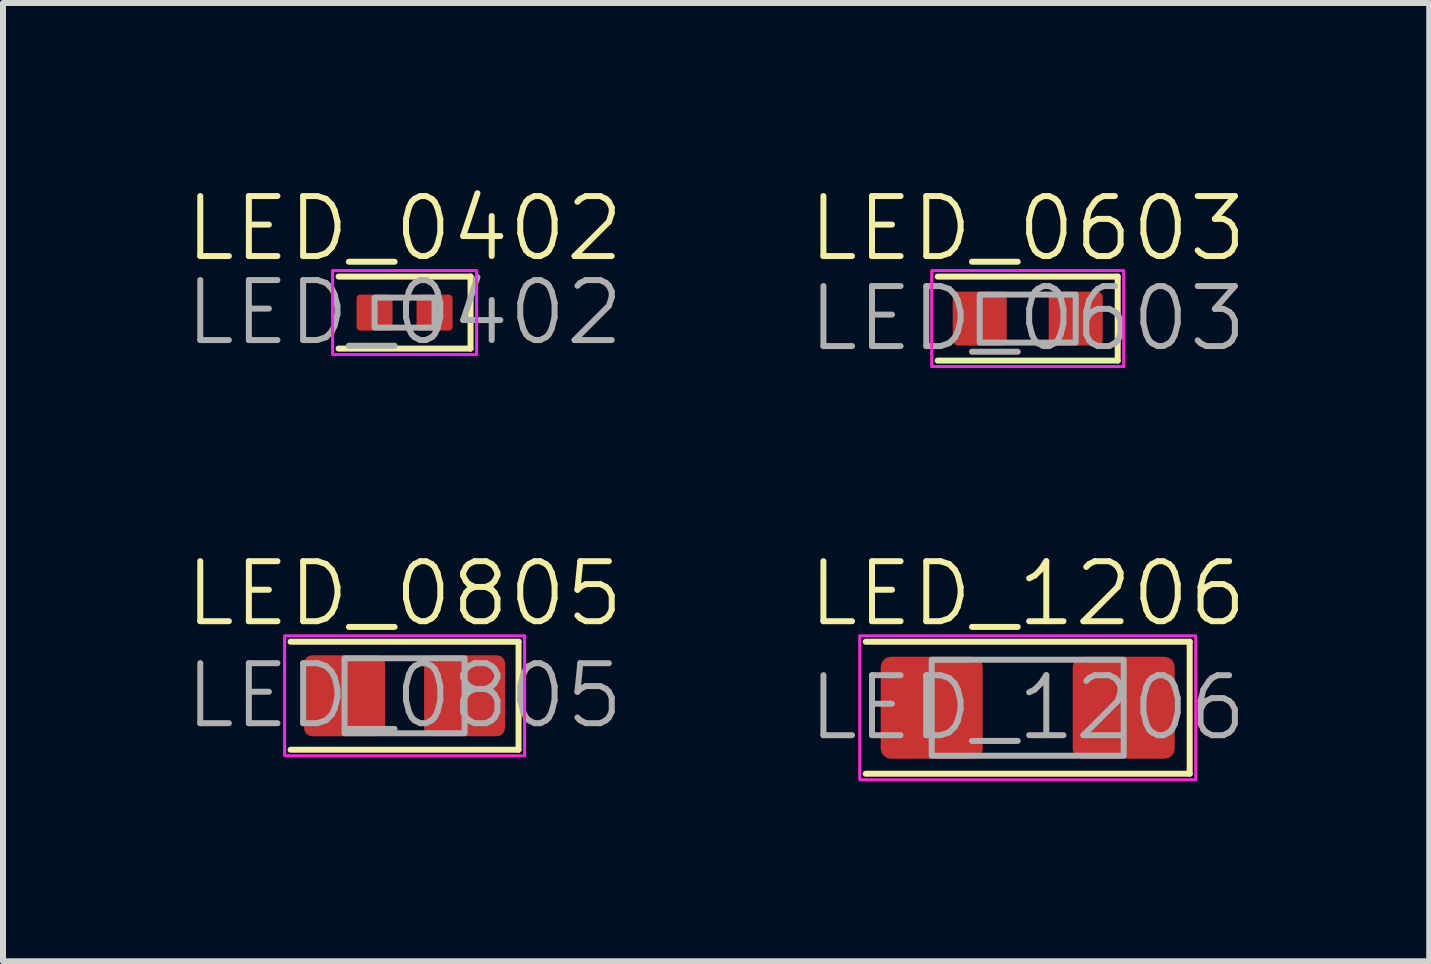
<source format=kicad_pcb>
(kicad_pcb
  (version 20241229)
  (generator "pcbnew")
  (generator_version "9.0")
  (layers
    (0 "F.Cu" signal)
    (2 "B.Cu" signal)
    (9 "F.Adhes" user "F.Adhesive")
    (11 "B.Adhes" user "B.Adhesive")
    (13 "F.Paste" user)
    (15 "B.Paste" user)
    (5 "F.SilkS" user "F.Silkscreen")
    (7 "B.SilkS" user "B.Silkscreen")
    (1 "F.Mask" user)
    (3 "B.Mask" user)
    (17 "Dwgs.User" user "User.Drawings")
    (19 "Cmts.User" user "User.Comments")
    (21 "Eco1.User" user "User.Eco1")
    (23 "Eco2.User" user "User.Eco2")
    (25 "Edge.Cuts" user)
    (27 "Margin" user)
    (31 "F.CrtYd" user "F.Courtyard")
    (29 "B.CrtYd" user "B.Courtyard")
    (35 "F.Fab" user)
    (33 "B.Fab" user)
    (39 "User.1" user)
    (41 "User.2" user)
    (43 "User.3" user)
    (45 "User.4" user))
  (footprint "LED_0603"
    (layer "F.Cu")
    (at 14.079 2.26)
    (property "Reference" "LED_0603" (at 0 -1.5 0) (unlocked yes) (layer "F.SilkS") (effects (font (size 1 1) (thickness 0.1))))
    (attr smd)
    (fp_line (start -1.5 -0.7) (end 1.5 -0.7) (stroke (width 0.1) (type default)) (layer "F.SilkS"))
    (fp_line (start 1.5 -0.7) (end 1.5 0.7) (stroke (width 0.1) (type default)) (layer "F.SilkS"))
    (fp_line (start 1.5 0.7) (end -1.5 0.7) (stroke (width 0.1) (type default)) (layer "F.SilkS"))
    (fp_rect (start -1.6 -0.8) (end 1.6 0.8) (stroke (width 0.05) (type default)) (fill no) (layer "F.CrtYd"))
    (fp_rect (start -0.8 -0.4) (end 0.8 0.4) (stroke (width 0.1) (type default)) (fill no) (layer "F.Fab"))
    (fp_text user "${REFERENCE}" (at 0 0 0) (unlocked yes) (layer "F.Fab") (effects (font (size 1 1) (thickness 0.1))))
    (pad "1" smd roundrect (at -0.8 0) (size 0.9 0.9) (layers "F.Cu" "F.Mask" "F.Paste") (roundrect_rratio 0.1))
    (pad "2" smd roundrect (at 0.8 0) (size 0.9 0.9) (layers "F.Cu" "F.Mask" "F.Paste") (roundrect_rratio 0.1)))
  (footprint "LED_0402"
    (layer "F.Cu")
    (at 3.693 2.16)
    (property "Reference" "LED_0402" (at 0 -1.4 0) (unlocked yes) (layer "F.SilkS") (effects (font (size 1 1) (thickness 0.1))))
    (attr smd)
    (fp_line (start -1.1 -0.6) (end 1.1 -0.6) (stroke (width 0.1) (type default)) (layer "F.SilkS"))
    (fp_line (start 1.1 -0.6) (end 1.1 0.6) (stroke (width 0.1) (type default)) (layer "F.SilkS"))
    (fp_line (start 1.1 0.6) (end -1.1 0.6) (stroke (width 0.1) (type default)) (layer "F.SilkS"))
    (fp_rect (start -1.2 -0.7) (end 1.2 0.7) (stroke (width 0.05) (type default)) (fill no) (layer "F.CrtYd"))
    (fp_rect (start -0.5 -0.25) (end 0.5 0.25) (stroke (width 0.1) (type default)) (fill no) (layer "F.Fab"))
    (fp_text user "${REFERENCE}" (at 0 0 0) (unlocked yes) (layer "F.Fab") (effects (font (size 1 1) (thickness 0.1))))
    (pad "1" smd roundrect (at -0.5 0) (size 0.6 0.6) (layers "F.Cu" "F.Mask" "F.Paste") (roundrect_rratio 0.1))
    (pad "2" smd roundrect (at 0.5 0) (size 0.6 0.6) (layers "F.Cu" "F.Mask" "F.Paste") (roundrect_rratio 0.1)))
  (footprint "LED_0805"
    (layer "F.Cu")
    (at 3.693 8.546)
    (property "Reference" "LED_0805" (at 0 -1.7 0) (unlocked yes) (layer "F.SilkS") (effects (font (size 1 1) (thickness 0.1))))
    (attr smd)
    (fp_line (start -1.9 -0.9) (end 1.9 -0.9) (stroke (width 0.1) (type default)) (layer "F.SilkS"))
    (fp_line (start 1.9 -0.9) (end 1.9 0.9) (stroke (width 0.1) (type default)) (layer "F.SilkS"))
    (fp_line (start 1.9 0.9) (end -1.9 0.9) (stroke (width 0.1) (type default)) (layer "F.SilkS"))
    (fp_rect (start -2 -1) (end 2 1) (stroke (width 0.05) (type default)) (fill no) (layer "F.CrtYd"))
    (fp_rect (start -1 -0.625) (end 1 0.625) (stroke (width 0.1) (type default)) (fill no) (layer "F.Fab"))
    (fp_text user "${REFERENCE}" (at 0 0 0) (unlocked yes) (layer "F.Fab") (effects (font (size 1 1) (thickness 0.1))))
    (pad "1" smd roundrect (at -1 0) (size 1.35 1.35) (layers "F.Cu" "F.Mask" "F.Paste") (roundrect_rratio 0.1))
    (pad "2" smd roundrect (at 1 0) (size 1.35 1.35) (layers "F.Cu" "F.Mask" "F.Paste") (roundrect_rratio 0.1)))
  (footprint "LED_1206"
    (layer "F.Cu")
    (at 14.079 8.746)
    (property "Reference" "LED_1206" (at 0 -1.9 0) (unlocked yes) (layer "F.SilkS") (effects (font (size 1 1) (thickness 0.1))))
    (attr smd)
    (fp_line (start -2.7 -1.1) (end 2.7 -1.1) (stroke (width 0.1) (type default)) (layer "F.SilkS"))
    (fp_line (start 2.7 -1.1) (end 2.7 1.1) (stroke (width 0.1) (type default)) (layer "F.SilkS"))
    (fp_line (start 2.7 1.1) (end -2.7 1.1) (stroke (width 0.1) (type default)) (layer "F.SilkS"))
    (fp_rect (start -2.8 -1.2) (end 2.8 1.2) (stroke (width 0.05) (type default)) (fill no) (layer "F.CrtYd"))
    (fp_rect (start -1.6 -0.8) (end 1.6 0.8) (stroke (width 0.1) (type default)) (fill no) (layer "F.Fab"))
    (fp_text user "${REFERENCE}" (at 0 0 0) (unlocked yes) (layer "F.Fab") (effects (font (size 1 1) (thickness 0.1))))
    (pad "1" smd roundrect (at -1.6 0) (size 1.7 1.7) (layers "F.Cu" "F.Mask" "F.Paste") (roundrect_rratio 0.1))
    (pad "2" smd roundrect (at 1.6 0) (size 1.7 1.7) (layers "F.Cu" "F.Mask" "F.Paste") (roundrect_rratio 0.1)))
  (gr_rect
    (start -3 -3)
    (end 20.771 12.971)
    (stroke (width 0.1) (type default))
    (fill no)
    (layer "Edge.Cuts")))
</source>
